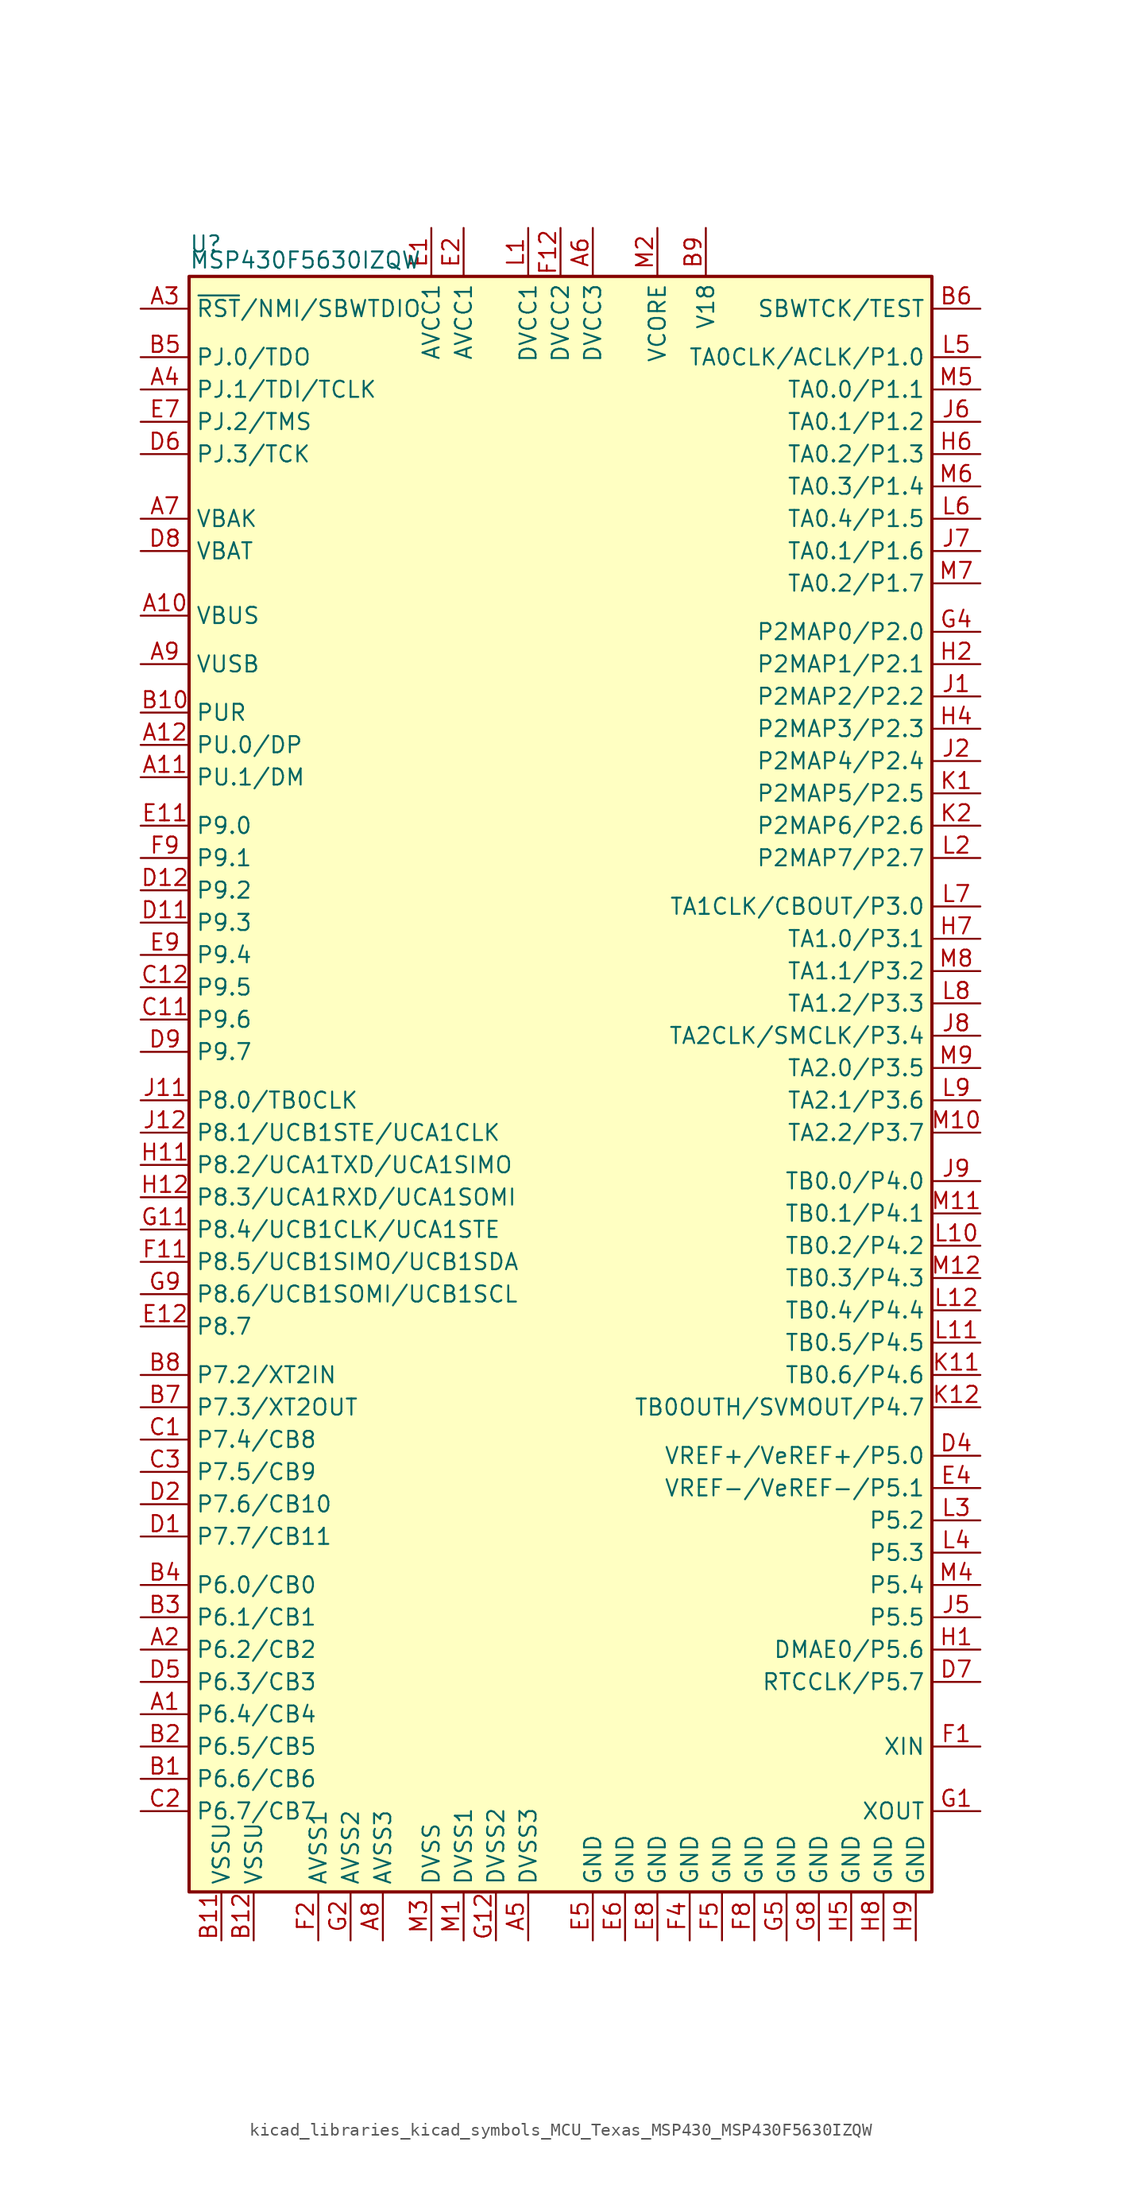
<source format=kicad_sym>
(kicad_symbol_lib
  (version 20220914)
  (generator kicad_symbol_editor)
  (symbol "kicad_libraries_kicad_symbols_MCU_Texas_MSP430_MSP430F5630IZQW"
    (property "Reference" "U"
      (at -29.21 66.04 0)
      (effects (font (size 1.27 1.27)) (justify left)))
    (property "Value" "MSP430F5630IZQW"
      (at -29.21 64.77 0)
      (effects (font (size 1.27 1.27)) (justify left)))
    (symbol "kicad_libraries_kicad_symbols_MCU_Texas_MSP430_MSP430F5630IZQW_0_1"
      (rectangle (start -29.21 63.5) (end 29.21 -63.5) (stroke (width 0.254) (type default)) (fill (type background))))
    (symbol "kicad_libraries_kicad_symbols_MCU_Texas_MSP430_MSP430F5630IZQW_1_1"
      (pin bidirectional line (at -33.02 -49.53 0) (length 3.81) (name "P6.4/CB4" (effects (font (size 1.27 1.27)))) (number "A1" (effects (font (size 1.27 1.27)))))
      (pin bidirectional line (at -33.02 36.83 0) (length 3.81) (name "VBUS" (effects (font (size 1.27 1.27)))) (number "A10" (effects (font (size 1.27 1.27)))))
      (pin bidirectional line (at -33.02 24.13 0) (length 3.81) (name "PU.1/DM" (effects (font (size 1.27 1.27)))) (number "A11" (effects (font (size 1.27 1.27)))))
      (pin bidirectional line (at -33.02 26.67 0) (length 3.81) (name "PU.0/DP" (effects (font (size 1.27 1.27)))) (number "A12" (effects (font (size 1.27 1.27)))))
      (pin bidirectional line (at -33.02 -44.45 0) (length 3.81) (name "P6.2/CB2" (effects (font (size 1.27 1.27)))) (number "A2" (effects (font (size 1.27 1.27)))))
      (pin input line (at -33.02 60.96 0) (length 3.81) (name "~{RST}/NMI/SBWTDIO" (effects (font (size 1.27 1.27)))) (number "A3" (effects (font (size 1.27 1.27)))))
      (pin bidirectional line (at -33.02 54.61 0) (length 3.81) (name "PJ.1/TDI/TCLK" (effects (font (size 1.27 1.27)))) (number "A4" (effects (font (size 1.27 1.27)))))
      (pin power_in line (at -2.54 -67.31 90) (length 3.81) (name "DVSS3" (effects (font (size 1.27 1.27)))) (number "A5" (effects (font (size 1.27 1.27)))))
      (pin power_in line (at 2.54 67.31 270) (length 3.81) (name "DVCC3" (effects (font (size 1.27 1.27)))) (number "A6" (effects (font (size 1.27 1.27)))))
      (pin bidirectional line (at -33.02 44.45 0) (length 3.81) (name "VBAK" (effects (font (size 1.27 1.27)))) (number "A7" (effects (font (size 1.27 1.27)))))
      (pin power_in line (at -13.97 -67.31 90) (length 3.81) (name "AVSS3" (effects (font (size 1.27 1.27)))) (number "A8" (effects (font (size 1.27 1.27)))))
      (pin bidirectional line (at -33.02 33.02 0) (length 3.81) (name "VUSB" (effects (font (size 1.27 1.27)))) (number "A9" (effects (font (size 1.27 1.27)))))
      (pin bidirectional line (at -33.02 -54.61 0) (length 3.81) (name "P6.6/CB6" (effects (font (size 1.27 1.27)))) (number "B1" (effects (font (size 1.27 1.27)))))
      (pin bidirectional line (at -33.02 29.21 0) (length 3.81) (name "PUR" (effects (font (size 1.27 1.27)))) (number "B10" (effects (font (size 1.27 1.27)))))
      (pin power_in line (at -26.67 -67.31 90) (length 3.81) (name "VSSU" (effects (font (size 1.27 1.27)))) (number "B11" (effects (font (size 1.27 1.27)))))
      (pin power_in line (at -24.13 -67.31 90) (length 3.81) (name "VSSU" (effects (font (size 1.27 1.27)))) (number "B12" (effects (font (size 1.27 1.27)))))
      (pin bidirectional line (at -33.02 -52.07 0) (length 3.81) (name "P6.5/CB5" (effects (font (size 1.27 1.27)))) (number "B2" (effects (font (size 1.27 1.27)))))
      (pin bidirectional line (at -33.02 -41.91 0) (length 3.81) (name "P6.1/CB1" (effects (font (size 1.27 1.27)))) (number "B3" (effects (font (size 1.27 1.27)))))
      (pin bidirectional line (at -33.02 -39.37 0) (length 3.81) (name "P6.0/CB0" (effects (font (size 1.27 1.27)))) (number "B4" (effects (font (size 1.27 1.27)))))
      (pin bidirectional line (at -33.02 57.15 0) (length 3.81) (name "PJ.0/TDO" (effects (font (size 1.27 1.27)))) (number "B5" (effects (font (size 1.27 1.27)))))
      (pin input line (at 33.02 60.96 180) (length 3.81) (name "SBWTCK/TEST" (effects (font (size 1.27 1.27)))) (number "B6" (effects (font (size 1.27 1.27)))))
      (pin bidirectional line (at -33.02 -25.4 0) (length 3.81) (name "P7.3/XT2OUT" (effects (font (size 1.27 1.27)))) (number "B7" (effects (font (size 1.27 1.27)))))
      (pin bidirectional line (at -33.02 -22.86 0) (length 3.81) (name "P7.2/XT2IN" (effects (font (size 1.27 1.27)))) (number "B8" (effects (font (size 1.27 1.27)))))
      (pin passive line (at 11.43 67.31 270) (length 3.81) (name "V18" (effects (font (size 1.27 1.27)))) (number "B9" (effects (font (size 1.27 1.27)))))
      (pin bidirectional line (at -33.02 -27.94 0) (length 3.81) (name "P7.4/CB8" (effects (font (size 1.27 1.27)))) (number "C1" (effects (font (size 1.27 1.27)))))
      (pin bidirectional line (at -33.02 5.08 0) (length 3.81) (name "P9.6" (effects (font (size 1.27 1.27)))) (number "C11" (effects (font (size 1.27 1.27)))))
      (pin bidirectional line (at -33.02 7.62 0) (length 3.81) (name "P9.5" (effects (font (size 1.27 1.27)))) (number "C12" (effects (font (size 1.27 1.27)))))
      (pin bidirectional line (at -33.02 -57.15 0) (length 3.81) (name "P6.7/CB7" (effects (font (size 1.27 1.27)))) (number "C2" (effects (font (size 1.27 1.27)))))
      (pin bidirectional line (at -33.02 -30.48 0) (length 3.81) (name "P7.5/CB9" (effects (font (size 1.27 1.27)))) (number "C3" (effects (font (size 1.27 1.27)))))
      (pin bidirectional line (at -33.02 -35.56 0) (length 3.81) (name "P7.7/CB11" (effects (font (size 1.27 1.27)))) (number "D1" (effects (font (size 1.27 1.27)))))
      (pin bidirectional line (at -33.02 12.7 0) (length 3.81) (name "P9.3" (effects (font (size 1.27 1.27)))) (number "D11" (effects (font (size 1.27 1.27)))))
      (pin bidirectional line (at -33.02 15.24 0) (length 3.81) (name "P9.2" (effects (font (size 1.27 1.27)))) (number "D12" (effects (font (size 1.27 1.27)))))
      (pin bidirectional line (at -33.02 -33.02 0) (length 3.81) (name "P7.6/CB10" (effects (font (size 1.27 1.27)))) (number "D2" (effects (font (size 1.27 1.27)))))
      (pin bidirectional line (at 33.02 -29.21 180) (length 3.81) (name "VREF+/VeREF+/P5.0" (effects (font (size 1.27 1.27)))) (number "D4" (effects (font (size 1.27 1.27)))))
      (pin bidirectional line (at -33.02 -46.99 0) (length 3.81) (name "P6.3/CB3" (effects (font (size 1.27 1.27)))) (number "D5" (effects (font (size 1.27 1.27)))))
      (pin bidirectional line (at -33.02 49.53 0) (length 3.81) (name "PJ.3/TCK" (effects (font (size 1.27 1.27)))) (number "D6" (effects (font (size 1.27 1.27)))))
      (pin bidirectional line (at 33.02 -46.99 180) (length 3.81) (name "RTCCLK/P5.7" (effects (font (size 1.27 1.27)))) (number "D7" (effects (font (size 1.27 1.27)))))
      (pin bidirectional line (at -33.02 41.91 0) (length 3.81) (name "VBAT" (effects (font (size 1.27 1.27)))) (number "D8" (effects (font (size 1.27 1.27)))))
      (pin bidirectional line (at -33.02 2.54 0) (length 3.81) (name "P9.7" (effects (font (size 1.27 1.27)))) (number "D9" (effects (font (size 1.27 1.27)))))
      (pin power_in line (at -10.16 67.31 270) (length 3.81) (name "AVCC1" (effects (font (size 1.27 1.27)))) (number "E1" (effects (font (size 1.27 1.27)))))
      (pin bidirectional line (at -33.02 20.32 0) (length 3.81) (name "P9.0" (effects (font (size 1.27 1.27)))) (number "E11" (effects (font (size 1.27 1.27)))))
      (pin bidirectional line (at -33.02 -19.05 0) (length 3.81) (name "P8.7" (effects (font (size 1.27 1.27)))) (number "E12" (effects (font (size 1.27 1.27)))))
      (pin power_in line (at -7.62 67.31 270) (length 3.81) (name "AVCC1" (effects (font (size 1.27 1.27)))) (number "E2" (effects (font (size 1.27 1.27)))))
      (pin bidirectional line (at 33.02 -31.75 180) (length 3.81) (name "VREF-/VeREF-/P5.1" (effects (font (size 1.27 1.27)))) (number "E4" (effects (font (size 1.27 1.27)))))
      (pin power_in line (at 2.54 -67.31 90) (length 3.81) (name "GND" (effects (font (size 1.27 1.27)))) (number "E5" (effects (font (size 1.27 1.27)))))
      (pin power_in line (at 5.08 -67.31 90) (length 3.81) (name "GND" (effects (font (size 1.27 1.27)))) (number "E6" (effects (font (size 1.27 1.27)))))
      (pin bidirectional line (at -33.02 52.07 0) (length 3.81) (name "PJ.2/TMS" (effects (font (size 1.27 1.27)))) (number "E7" (effects (font (size 1.27 1.27)))))
      (pin power_in line (at 7.62 -67.31 90) (length 3.81) (name "GND" (effects (font (size 1.27 1.27)))) (number "E8" (effects (font (size 1.27 1.27)))))
      (pin bidirectional line (at -33.02 10.16 0) (length 3.81) (name "P9.4" (effects (font (size 1.27 1.27)))) (number "E9" (effects (font (size 1.27 1.27)))))
      (pin bidirectional line (at 33.02 -52.07 180) (length 3.81) (name "XIN" (effects (font (size 1.27 1.27)))) (number "F1" (effects (font (size 1.27 1.27)))))
      (pin bidirectional line (at -33.02 -13.97 0) (length 3.81) (name "P8.5/UCB1SIMO/UCB1SDA" (effects (font (size 1.27 1.27)))) (number "F11" (effects (font (size 1.27 1.27)))))
      (pin power_in line (at 0 67.31 270) (length 3.81) (name "DVCC2" (effects (font (size 1.27 1.27)))) (number "F12" (effects (font (size 1.27 1.27)))))
      (pin power_in line (at -19.05 -67.31 90) (length 3.81) (name "AVSS1" (effects (font (size 1.27 1.27)))) (number "F2" (effects (font (size 1.27 1.27)))))
      (pin power_in line (at 10.16 -67.31 90) (length 3.81) (name "GND" (effects (font (size 1.27 1.27)))) (number "F4" (effects (font (size 1.27 1.27)))))
      (pin power_in line (at 12.7 -67.31 90) (length 3.81) (name "GND" (effects (font (size 1.27 1.27)))) (number "F5" (effects (font (size 1.27 1.27)))))
      (pin power_in line (at 15.24 -67.31 90) (length 3.81) (name "GND" (effects (font (size 1.27 1.27)))) (number "F8" (effects (font (size 1.27 1.27)))))
      (pin bidirectional line (at -33.02 17.78 0) (length 3.81) (name "P9.1" (effects (font (size 1.27 1.27)))) (number "F9" (effects (font (size 1.27 1.27)))))
      (pin bidirectional line (at 33.02 -57.15 180) (length 3.81) (name "XOUT" (effects (font (size 1.27 1.27)))) (number "G1" (effects (font (size 1.27 1.27)))))
      (pin bidirectional line (at -33.02 -11.43 0) (length 3.81) (name "P8.4/UCB1CLK/UCA1STE" (effects (font (size 1.27 1.27)))) (number "G11" (effects (font (size 1.27 1.27)))))
      (pin power_in line (at -5.08 -67.31 90) (length 3.81) (name "DVSS2" (effects (font (size 1.27 1.27)))) (number "G12" (effects (font (size 1.27 1.27)))))
      (pin power_in line (at -16.51 -67.31 90) (length 3.81) (name "AVSS2" (effects (font (size 1.27 1.27)))) (number "G2" (effects (font (size 1.27 1.27)))))
      (pin bidirectional line (at 33.02 35.56 180) (length 3.81) (name "P2MAP0/P2.0" (effects (font (size 1.27 1.27)))) (number "G4" (effects (font (size 1.27 1.27)))))
      (pin power_in line (at 17.78 -67.31 90) (length 3.81) (name "GND" (effects (font (size 1.27 1.27)))) (number "G5" (effects (font (size 1.27 1.27)))))
      (pin power_in line (at 20.32 -67.31 90) (length 3.81) (name "GND" (effects (font (size 1.27 1.27)))) (number "G8" (effects (font (size 1.27 1.27)))))
      (pin bidirectional line (at -33.02 -16.51 0) (length 3.81) (name "P8.6/UCB1SOMI/UCB1SCL" (effects (font (size 1.27 1.27)))) (number "G9" (effects (font (size 1.27 1.27)))))
      (pin bidirectional line (at 33.02 -44.45 180) (length 3.81) (name "DMAE0/P5.6" (effects (font (size 1.27 1.27)))) (number "H1" (effects (font (size 1.27 1.27)))))
      (pin bidirectional line (at -33.02 -6.35 0) (length 3.81) (name "P8.2/UCA1TXD/UCA1SIMO" (effects (font (size 1.27 1.27)))) (number "H11" (effects (font (size 1.27 1.27)))))
      (pin bidirectional line (at -33.02 -8.89 0) (length 3.81) (name "P8.3/UCA1RXD/UCA1SOMI" (effects (font (size 1.27 1.27)))) (number "H12" (effects (font (size 1.27 1.27)))))
      (pin bidirectional line (at 33.02 33.02 180) (length 3.81) (name "P2MAP1/P2.1" (effects (font (size 1.27 1.27)))) (number "H2" (effects (font (size 1.27 1.27)))))
      (pin bidirectional line (at 33.02 27.94 180) (length 3.81) (name "P2MAP3/P2.3" (effects (font (size 1.27 1.27)))) (number "H4" (effects (font (size 1.27 1.27)))))
      (pin power_in line (at 22.86 -67.31 90) (length 3.81) (name "GND" (effects (font (size 1.27 1.27)))) (number "H5" (effects (font (size 1.27 1.27)))))
      (pin bidirectional line (at 33.02 49.53 180) (length 3.81) (name "TA0.2/P1.3" (effects (font (size 1.27 1.27)))) (number "H6" (effects (font (size 1.27 1.27)))))
      (pin bidirectional line (at 33.02 11.43 180) (length 3.81) (name "TA1.0/P3.1" (effects (font (size 1.27 1.27)))) (number "H7" (effects (font (size 1.27 1.27)))))
      (pin power_in line (at 25.4 -67.31 90) (length 3.81) (name "GND" (effects (font (size 1.27 1.27)))) (number "H8" (effects (font (size 1.27 1.27)))))
      (pin power_in line (at 27.94 -67.31 90) (length 3.81) (name "GND" (effects (font (size 1.27 1.27)))) (number "H9" (effects (font (size 1.27 1.27)))))
      (pin bidirectional line (at 33.02 30.48 180) (length 3.81) (name "P2MAP2/P2.2" (effects (font (size 1.27 1.27)))) (number "J1" (effects (font (size 1.27 1.27)))))
      (pin bidirectional line (at -33.02 -1.27 0) (length 3.81) (name "P8.0/TB0CLK" (effects (font (size 1.27 1.27)))) (number "J11" (effects (font (size 1.27 1.27)))))
      (pin bidirectional line (at -33.02 -3.81 0) (length 3.81) (name "P8.1/UCB1STE/UCA1CLK" (effects (font (size 1.27 1.27)))) (number "J12" (effects (font (size 1.27 1.27)))))
      (pin bidirectional line (at 33.02 25.4 180) (length 3.81) (name "P2MAP4/P2.4" (effects (font (size 1.27 1.27)))) (number "J2" (effects (font (size 1.27 1.27)))))
      (pin bidirectional line (at 33.02 -41.91 180) (length 3.81) (name "P5.5" (effects (font (size 1.27 1.27)))) (number "J5" (effects (font (size 1.27 1.27)))))
      (pin bidirectional line (at 33.02 52.07 180) (length 3.81) (name "TA0.1/P1.2" (effects (font (size 1.27 1.27)))) (number "J6" (effects (font (size 1.27 1.27)))))
      (pin bidirectional line (at 33.02 41.91 180) (length 3.81) (name "TA0.1/P1.6" (effects (font (size 1.27 1.27)))) (number "J7" (effects (font (size 1.27 1.27)))))
      (pin bidirectional line (at 33.02 3.81 180) (length 3.81) (name "TA2CLK/SMCLK/P3.4" (effects (font (size 1.27 1.27)))) (number "J8" (effects (font (size 1.27 1.27)))))
      (pin bidirectional line (at 33.02 -7.62 180) (length 3.81) (name "TB0.0/P4.0" (effects (font (size 1.27 1.27)))) (number "J9" (effects (font (size 1.27 1.27)))))
      (pin bidirectional line (at 33.02 22.86 180) (length 3.81) (name "P2MAP5/P2.5" (effects (font (size 1.27 1.27)))) (number "K1" (effects (font (size 1.27 1.27)))))
      (pin bidirectional line (at 33.02 -22.86 180) (length 3.81) (name "TB0.6/P4.6" (effects (font (size 1.27 1.27)))) (number "K11" (effects (font (size 1.27 1.27)))))
      (pin bidirectional line (at 33.02 -25.4 180) (length 3.81) (name "TB0OUTH/SVMOUT/P4.7" (effects (font (size 1.27 1.27)))) (number "K12" (effects (font (size 1.27 1.27)))))
      (pin bidirectional line (at 33.02 20.32 180) (length 3.81) (name "P2MAP6/P2.6" (effects (font (size 1.27 1.27)))) (number "K2" (effects (font (size 1.27 1.27)))))
      (pin power_in line (at -2.54 67.31 270) (length 3.81) (name "DVCC1" (effects (font (size 1.27 1.27)))) (number "L1" (effects (font (size 1.27 1.27)))))
      (pin bidirectional line (at 33.02 -12.7 180) (length 3.81) (name "TB0.2/P4.2" (effects (font (size 1.27 1.27)))) (number "L10" (effects (font (size 1.27 1.27)))))
      (pin bidirectional line (at 33.02 -20.32 180) (length 3.81) (name "TB0.5/P4.5" (effects (font (size 1.27 1.27)))) (number "L11" (effects (font (size 1.27 1.27)))))
      (pin bidirectional line (at 33.02 -17.78 180) (length 3.81) (name "TB0.4/P4.4" (effects (font (size 1.27 1.27)))) (number "L12" (effects (font (size 1.27 1.27)))))
      (pin bidirectional line (at 33.02 17.78 180) (length 3.81) (name "P2MAP7/P2.7" (effects (font (size 1.27 1.27)))) (number "L2" (effects (font (size 1.27 1.27)))))
      (pin bidirectional line (at 33.02 -34.29 180) (length 3.81) (name "P5.2" (effects (font (size 1.27 1.27)))) (number "L3" (effects (font (size 1.27 1.27)))))
      (pin bidirectional line (at 33.02 -36.83 180) (length 3.81) (name "P5.3" (effects (font (size 1.27 1.27)))) (number "L4" (effects (font (size 1.27 1.27)))))
      (pin bidirectional line (at 33.02 57.15 180) (length 3.81) (name "TA0CLK/ACLK/P1.0" (effects (font (size 1.27 1.27)))) (number "L5" (effects (font (size 1.27 1.27)))))
      (pin bidirectional line (at 33.02 44.45 180) (length 3.81) (name "TA0.4/P1.5" (effects (font (size 1.27 1.27)))) (number "L6" (effects (font (size 1.27 1.27)))))
      (pin bidirectional line (at 33.02 13.97 180) (length 3.81) (name "TA1CLK/CBOUT/P3.0" (effects (font (size 1.27 1.27)))) (number "L7" (effects (font (size 1.27 1.27)))))
      (pin bidirectional line (at 33.02 6.35 180) (length 3.81) (name "TA1.2/P3.3" (effects (font (size 1.27 1.27)))) (number "L8" (effects (font (size 1.27 1.27)))))
      (pin bidirectional line (at 33.02 -1.27 180) (length 3.81) (name "TA2.1/P3.6" (effects (font (size 1.27 1.27)))) (number "L9" (effects (font (size 1.27 1.27)))))
      (pin power_in line (at -7.62 -67.31 90) (length 3.81) (name "DVSS1" (effects (font (size 1.27 1.27)))) (number "M1" (effects (font (size 1.27 1.27)))))
      (pin bidirectional line (at 33.02 -3.81 180) (length 3.81) (name "TA2.2/P3.7" (effects (font (size 1.27 1.27)))) (number "M10" (effects (font (size 1.27 1.27)))))
      (pin bidirectional line (at 33.02 -10.16 180) (length 3.81) (name "TB0.1/P4.1" (effects (font (size 1.27 1.27)))) (number "M11" (effects (font (size 1.27 1.27)))))
      (pin bidirectional line (at 33.02 -15.24 180) (length 3.81) (name "TB0.3/P4.3" (effects (font (size 1.27 1.27)))) (number "M12" (effects (font (size 1.27 1.27)))))
      (pin bidirectional line (at 7.62 67.31 270) (length 3.81) (name "VCORE" (effects (font (size 1.27 1.27)))) (number "M2" (effects (font (size 1.27 1.27)))))
      (pin power_in line (at -10.16 -67.31 90) (length 3.81) (name "DVSS" (effects (font (size 1.27 1.27)))) (number "M3" (effects (font (size 1.27 1.27)))))
      (pin bidirectional line (at 33.02 -39.37 180) (length 3.81) (name "P5.4" (effects (font (size 1.27 1.27)))) (number "M4" (effects (font (size 1.27 1.27)))))
      (pin bidirectional line (at 33.02 54.61 180) (length 3.81) (name "TA0.0/P1.1" (effects (font (size 1.27 1.27)))) (number "M5" (effects (font (size 1.27 1.27)))))
      (pin bidirectional line (at 33.02 46.99 180) (length 3.81) (name "TA0.3/P1.4" (effects (font (size 1.27 1.27)))) (number "M6" (effects (font (size 1.27 1.27)))))
      (pin bidirectional line (at 33.02 39.37 180) (length 3.81) (name "TA0.2/P1.7" (effects (font (size 1.27 1.27)))) (number "M7" (effects (font (size 1.27 1.27)))))
      (pin bidirectional line (at 33.02 8.89 180) (length 3.81) (name "TA1.1/P3.2" (effects (font (size 1.27 1.27)))) (number "M8" (effects (font (size 1.27 1.27)))))
      (pin bidirectional line (at 33.02 1.27 180) (length 3.81) (name "TA2.0/P3.5" (effects (font (size 1.27 1.27)))) (number "M9" (effects (font (size 1.27 1.27))))))))
</source>
